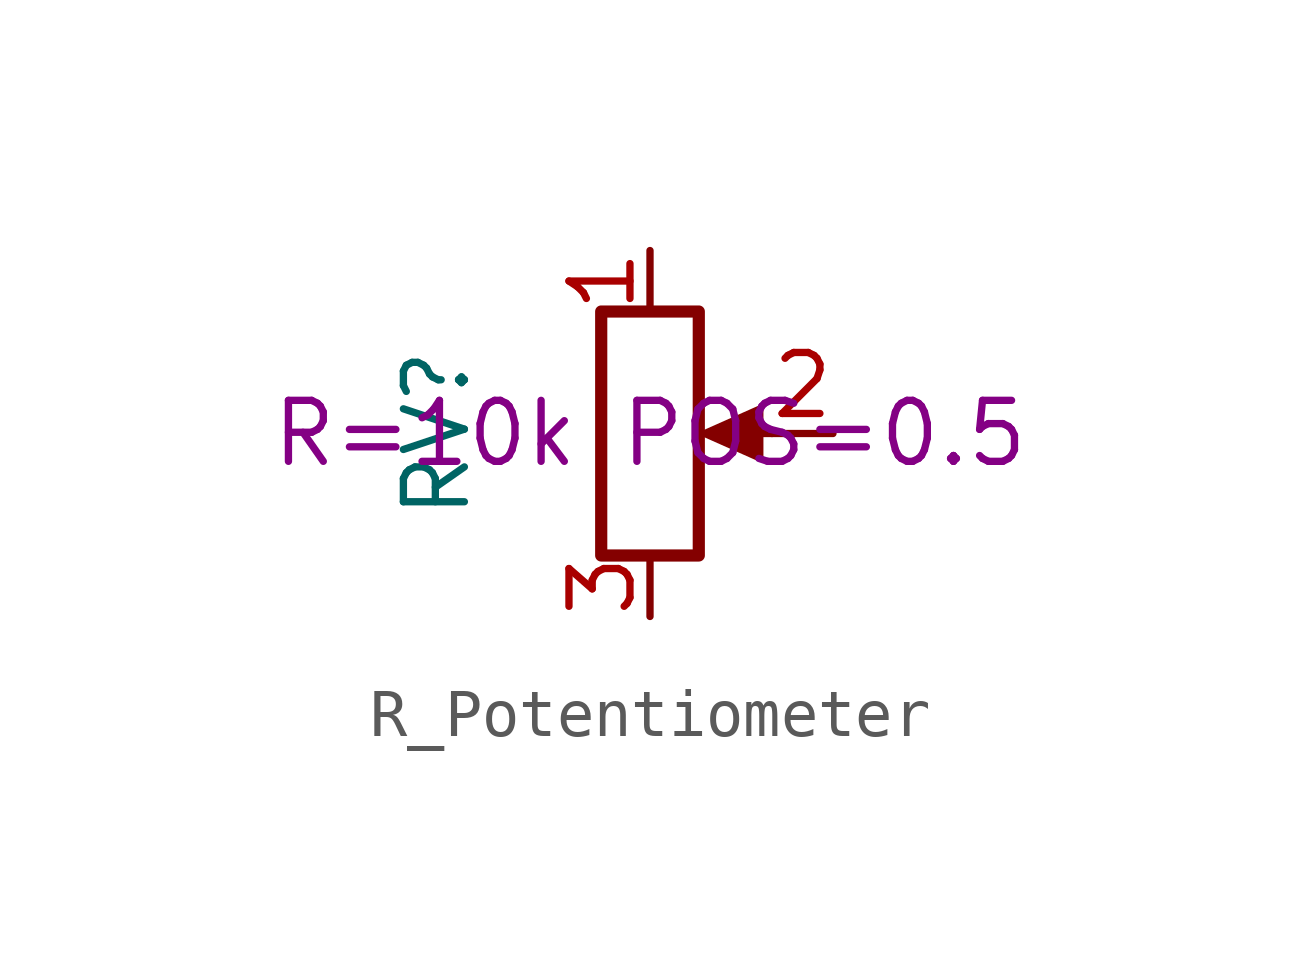
<source format=kicad_sym>
(kicad_symbol_lib
  (version 20241209)
  (generator "kicad_symbol_editor")
  (generator_version "9.0")
  (symbol "R_Potentiometer"
    (pin_names
      (offset 1.016)
      (hide yes))
    (property "Reference" "RV"
      (at -4.445 0 90)
      (effects (font (size 1.27 1.27))))
    (property "Sim.Params" "R=10k POS=0.5"
      (at 0 0 0)
      (effects (font (size 1.27 1.27))))
    (symbol "R_Potentiometer_0_1"
      (rectangle (start 1.016 2.54) (end -1.016 -2.54) (stroke (width 0.254) (type default)) (fill (type none)))
      (polyline (pts (xy 1.143 0) (xy 2.286 0.508) (xy 2.286 -0.508) (xy 1.143 0)) (stroke (width 0) (type default)) (fill (type outline)))
      (polyline (pts (xy 2.54 0) (xy 1.524 0)) (stroke (width 0) (type default)) (fill (type none))))
    (symbol "R_Potentiometer_1_1"
      (pin passive line (at 0 3.81 270) (length 1.27) (name "1" (effects (font (size 1.27 1.27)))) (number "1" (effects (font (size 1.27 1.27)))))
      (pin passive line (at 0 -3.81 90) (length 1.27) (name "3" (effects (font (size 1.27 1.27)))) (number "3" (effects (font (size 1.27 1.27)))))
      (pin passive line (at 3.81 0 180) (length 1.27) (name "2" (effects (font (size 1.27 1.27)))) (number "2" (effects (font (size 1.27 1.27))))))))
</source>
